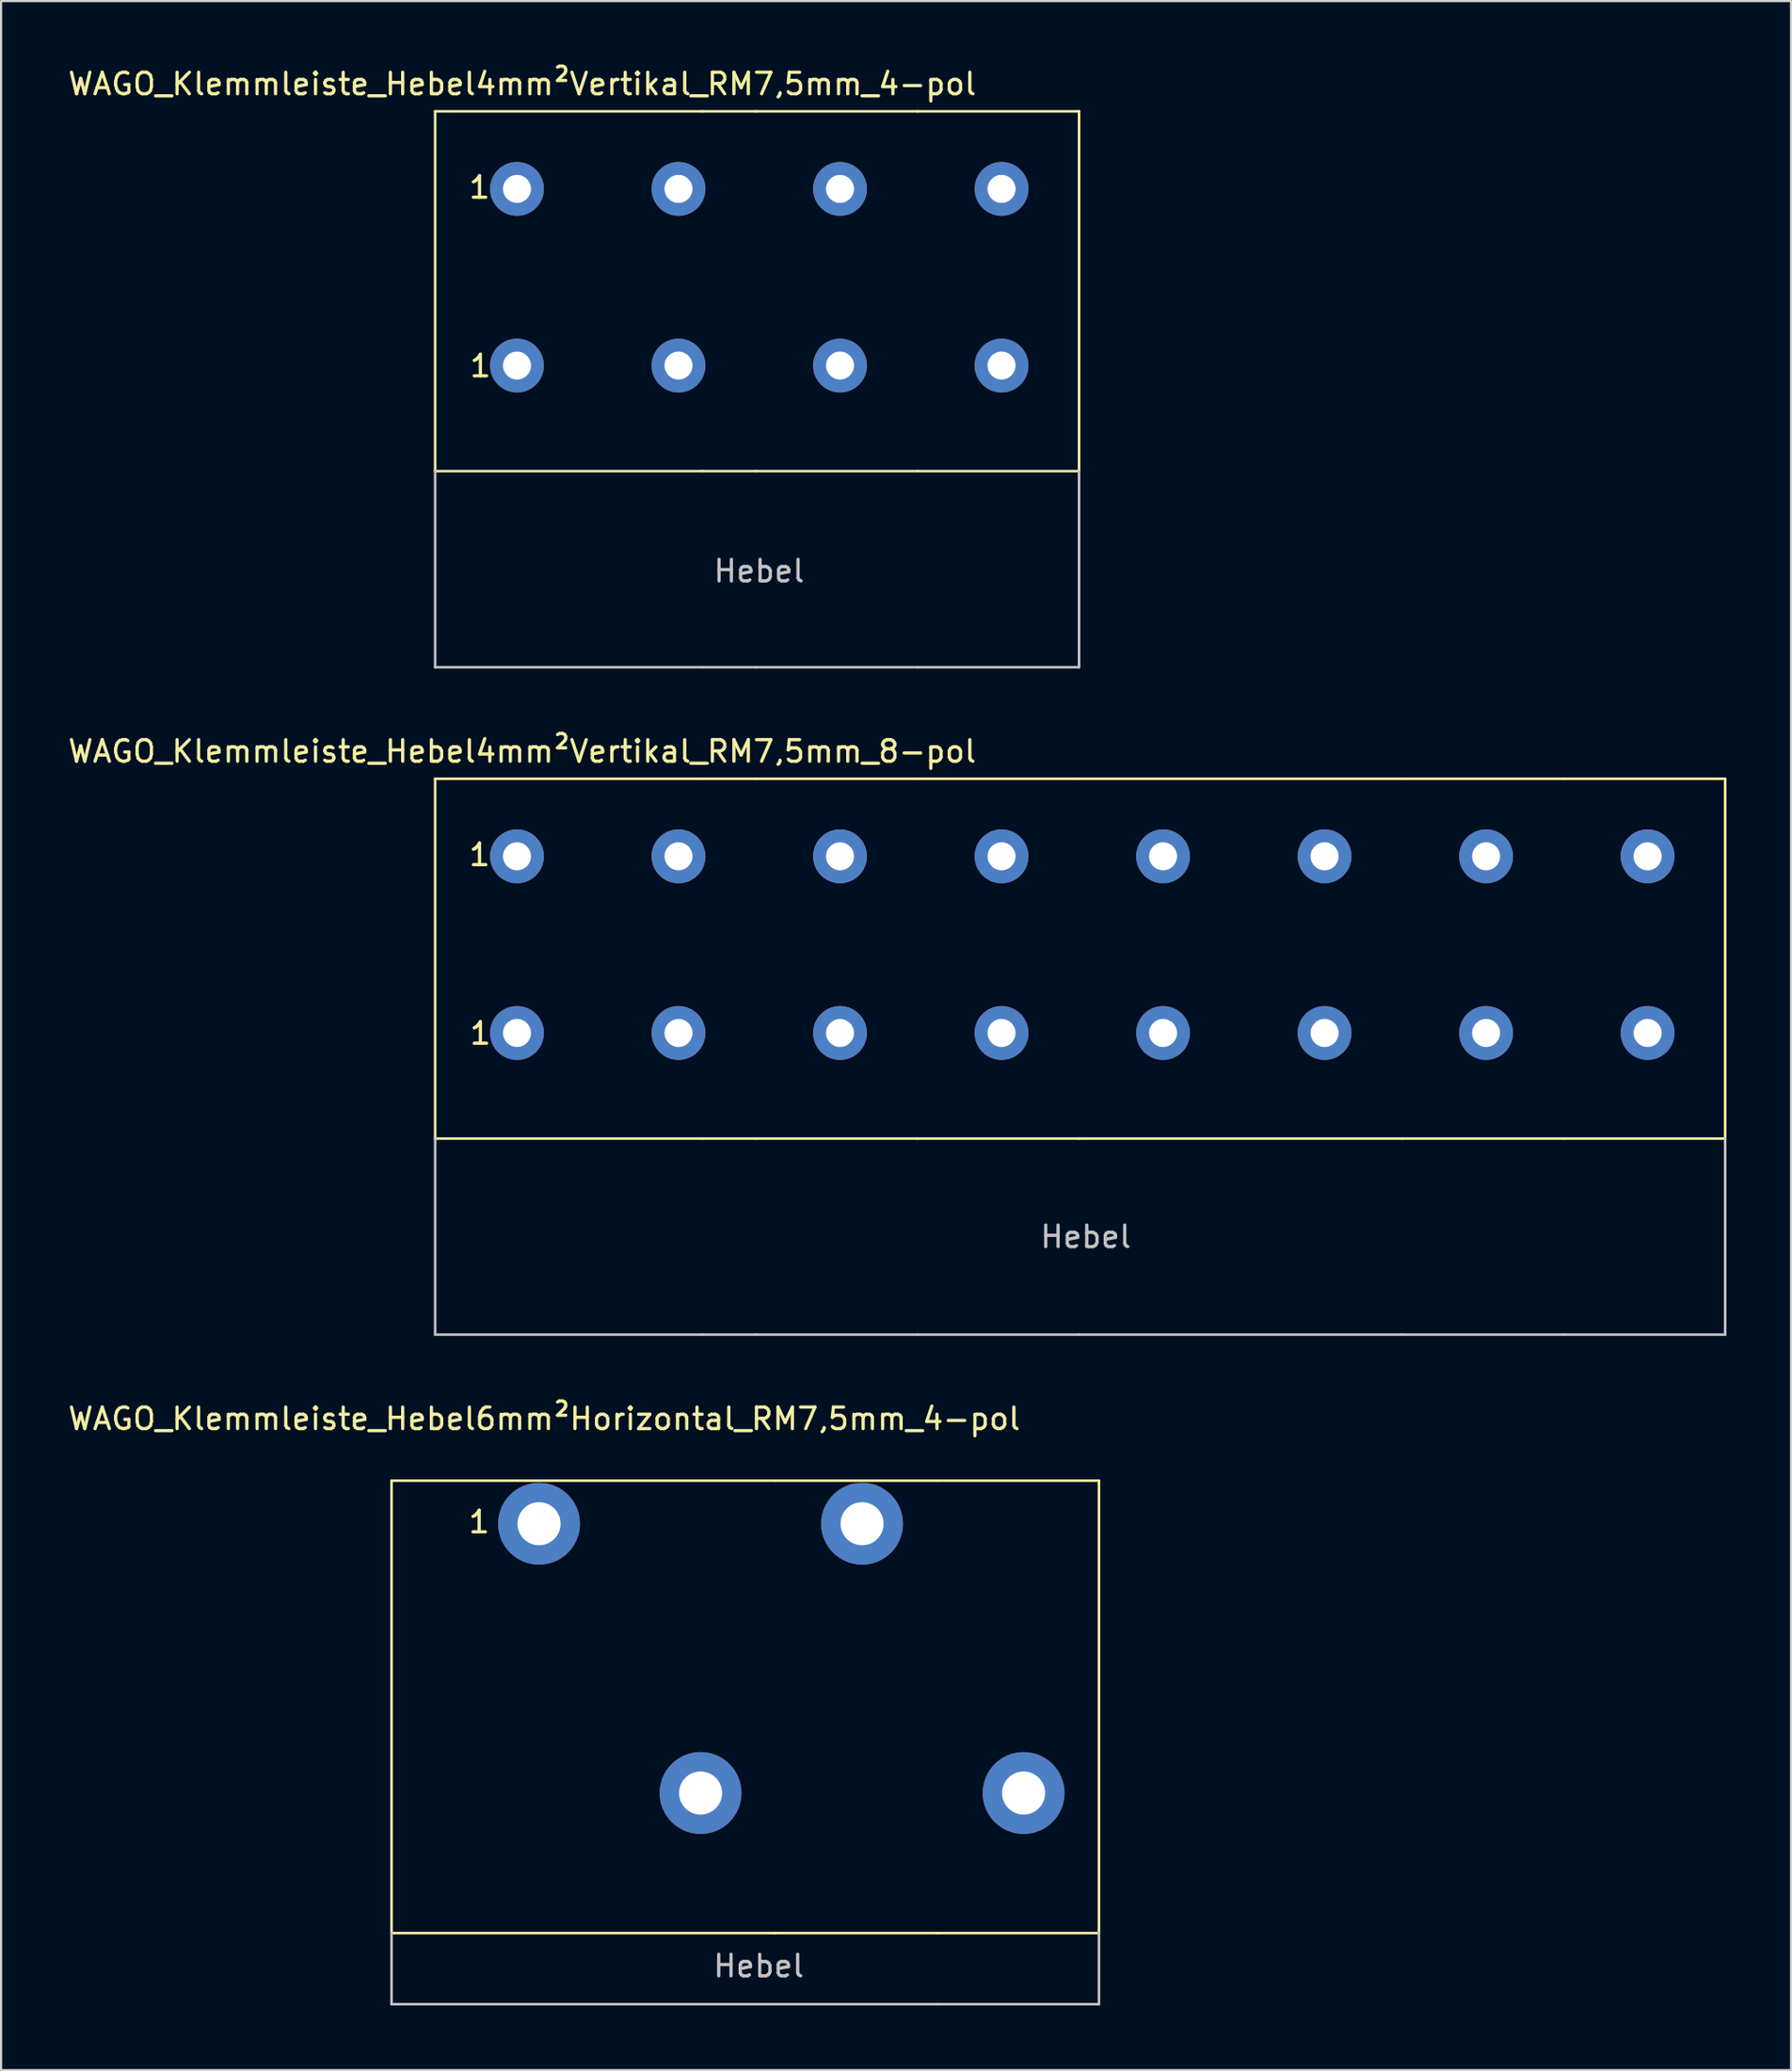
<source format=kicad_pcb>
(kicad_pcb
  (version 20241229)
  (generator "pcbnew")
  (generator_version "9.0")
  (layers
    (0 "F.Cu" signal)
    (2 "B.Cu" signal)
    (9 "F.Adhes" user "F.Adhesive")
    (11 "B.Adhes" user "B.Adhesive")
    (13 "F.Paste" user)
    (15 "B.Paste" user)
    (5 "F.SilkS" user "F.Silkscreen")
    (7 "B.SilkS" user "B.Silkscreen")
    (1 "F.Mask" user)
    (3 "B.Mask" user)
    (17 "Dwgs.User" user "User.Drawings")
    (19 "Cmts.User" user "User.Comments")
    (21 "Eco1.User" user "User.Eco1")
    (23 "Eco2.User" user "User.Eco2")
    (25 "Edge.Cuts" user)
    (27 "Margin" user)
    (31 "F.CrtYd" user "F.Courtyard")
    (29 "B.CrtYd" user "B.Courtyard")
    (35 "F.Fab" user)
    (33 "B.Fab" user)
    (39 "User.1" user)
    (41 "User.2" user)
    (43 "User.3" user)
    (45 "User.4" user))
  (footprint "WAGO_Klemmleiste_Hebel6mm²Horizontal_RM7,5mm_4-pol"
    (layer "F.Cu")
    (at 21.98 67.675)
    (property "Reference" "WAGO_Klemmleiste_Hebel6mm²Horizontal_RM7,5mm_4-pol" (at 0.24 -4.87 0) (layer "F.SilkS") (effects (font (size 1 1) (thickness 0.15))))
    (attr through_hole)
    (fp_line (start -6.85 -2) (end -6.85 19) (stroke (width 0.12) (type solid)) (layer "F.SilkS"))
    (fp_line (start -6.85 -2) (end 10.95 -2) (stroke (width 0.12) (type solid)) (layer "F.SilkS"))
    (fp_line (start -6.85 19) (end 11 19) (stroke (width 0.12) (type solid)) (layer "F.SilkS"))
    (fp_line (start 18.5 -2) (end 10.95 -2) (stroke (width 0.12) (type solid)) (layer "F.SilkS"))
    (fp_line (start 18.5 -2) (end 26 -2) (stroke (width 0.12) (type solid)) (layer "F.SilkS"))
    (fp_line (start 18.5 19) (end 10.95 19) (stroke (width 0.12) (type solid)) (layer "F.SilkS"))
    (fp_line (start 26 -2) (end 26 19) (stroke (width 0.12) (type solid)) (layer "F.SilkS"))
    (fp_line (start 26 19) (end 18.5 19) (stroke (width 0.12) (type solid)) (layer "F.SilkS"))
    (fp_line (start -6.85 19) (end -6.85 22.3) (stroke (width 0.12) (type solid)) (layer "Dwgs.User"))
    (fp_line (start -6.85 22.3) (end 18.5 22.3) (stroke (width 0.12) (type solid)) (layer "Dwgs.User"))
    (fp_line (start 26 19) (end 26 22.3) (stroke (width 0.12) (type solid)) (layer "Dwgs.User"))
    (fp_line (start 26 22.3) (end 18.5 22.3) (stroke (width 0.12) (type solid)) (layer "Dwgs.User"))
    (fp_text user "1" (at -2.78 -0.08 0) (layer "F.SilkS") (effects (font (size 1 1) (thickness 0.15))))
    (fp_text user "Hebel" (at 10.2 20.53 0) (layer "Dwgs.User") (effects (font (size 1 1) (thickness 0.15))))
    (pad "1" thru_hole circle (at 0 0) (size 3.8 3.8) (drill 2) (layers "*.Cu" "*.Mask"))
    (pad "2" thru_hole circle (at 7.5 12.5) (size 3.8 3.8) (drill 2) (layers "*.Cu" "*.Mask"))
    (pad "3" thru_hole circle (at 15 0) (size 3.8 3.8) (drill 2) (layers "*.Cu" "*.Mask"))
    (pad "4" thru_hole circle (at 22.5 12.5) (size 3.8 3.8) (drill 2) (layers "*.Cu" "*.Mask")))
  (footprint "WAGO_Klemmleiste_Hebel4mm²Vertikal_RM7,5mm_4-pol"
    (layer "F.Cu")
    (at 20.956 5.718)
    (property "Reference" "WAGO_Klemmleiste_Hebel4mm²Vertikal_RM7,5mm_4-pol" (at 0.24 -4.87 0) (layer "F.SilkS") (effects (font (size 1 1) (thickness 0.15))))
    (attr through_hole)
    (fp_line (start -3.8 -3.6) (end -3.8 13.1) (stroke (width 0.12) (type solid)) (layer "F.SilkS"))
    (fp_line (start -3.8 13.1) (end 8.6 13.1) (stroke (width 0.12) (type solid)) (layer "F.SilkS"))
    (fp_line (start 8.6 -3.6) (end -3.8 -3.6) (stroke (width 0.12) (type solid)) (layer "F.SilkS"))
    (fp_line (start 8.6 -3.6) (end 11.1 -3.6) (stroke (width 0.12) (type solid)) (layer "F.SilkS"))
    (fp_line (start 11.1 -3.6) (end 18.6 -3.6) (stroke (width 0.12) (type solid)) (layer "F.SilkS"))
    (fp_line (start 11.1 13.1) (end 8.6 13.1) (stroke (width 0.12) (type solid)) (layer "F.SilkS"))
    (fp_line (start 18.6 -3.6) (end 26.1 -3.6) (stroke (width 0.12) (type solid)) (layer "F.SilkS"))
    (fp_line (start 18.6 13.1) (end 11.1 13.1) (stroke (width 0.12) (type solid)) (layer "F.SilkS"))
    (fp_line (start 26.1 -3.6) (end 26.1 13.1) (stroke (width 0.12) (type solid)) (layer "F.SilkS"))
    (fp_line (start 26.1 13.1) (end 18.6 13.1) (stroke (width 0.12) (type solid)) (layer "F.SilkS"))
    (fp_line (start -3.8 13.1) (end -3.8 22.2) (stroke (width 0.12) (type solid)) (layer "Dwgs.User"))
    (fp_line (start -3.8 22.2) (end 8.6 22.2) (stroke (width 0.12) (type solid)) (layer "Dwgs.User"))
    (fp_line (start 11.1 22.2) (end 8.6 22.2) (stroke (width 0.12) (type solid)) (layer "Dwgs.User"))
    (fp_line (start 11.1 22.2) (end 18.6 22.2) (stroke (width 0.12) (type solid)) (layer "Dwgs.User"))
    (fp_line (start 26.1 13.1) (end 26.1 22.2) (stroke (width 0.12) (type solid)) (layer "Dwgs.User"))
    (fp_line (start 26.1 22.2) (end 18.6 22.2) (stroke (width 0.12) (type solid)) (layer "Dwgs.User"))
    (fp_text user "1" (at -1.74 -0.07 0) (layer "F.SilkS") (effects (font (size 1 1) (thickness 0.15))))
    (fp_text user "1" (at -1.7 8.22 0) (layer "F.SilkS") (effects (font (size 1 1) (thickness 0.15))))
    (fp_text user "Hebel" (at 11.24 17.74 0) (layer "Dwgs.User") (effects (font (size 1 1) (thickness 0.15))))
    (pad "1" thru_hole circle (at 0 0) (size 2.5 2.5) (drill 1.3) (layers "*.Cu" "*.Mask"))
    (pad "1" thru_hole circle (at 0 8.2) (size 2.5 2.5) (drill 1.3) (layers "*.Cu" "*.Mask"))
    (pad "2" thru_hole circle (at 7.5 0) (size 2.5 2.5) (drill 1.3) (layers "*.Cu" "*.Mask"))
    (pad "2" thru_hole circle (at 7.5 8.2) (size 2.5 2.5) (drill 1.3) (layers "*.Cu" "*.Mask"))
    (pad "3" thru_hole circle (at 15 0) (size 2.5 2.5) (drill 1.3) (layers "*.Cu" "*.Mask"))
    (pad "3" thru_hole circle (at 15 8.2) (size 2.5 2.5) (drill 1.3) (layers "*.Cu" "*.Mask"))
    (pad "4" thru_hole circle (at 22.5 0) (size 2.5 2.5) (drill 1.3) (layers "*.Cu" "*.Mask"))
    (pad "4" thru_hole circle (at 22.5 8.2) (size 2.5 2.5) (drill 1.3) (layers "*.Cu" "*.Mask")))
  (footprint "WAGO_Klemmleiste_Hebel4mm²Vertikal_RM7,5mm_8-pol"
    (layer "F.Cu")
    (at 20.956 36.697)
    (property "Reference" "WAGO_Klemmleiste_Hebel4mm²Vertikal_RM7,5mm_8-pol" (at 0.24 -4.87 0) (layer "F.SilkS") (effects (font (size 1 1) (thickness 0.15))))
    (attr through_hole)
    (fp_line (start -3.8 -3.6) (end -3.8 13.1) (stroke (width 0.12) (type solid)) (layer "F.SilkS"))
    (fp_line (start -3.8 13.1) (end 8.6 13.1) (stroke (width 0.12) (type solid)) (layer "F.SilkS"))
    (fp_line (start 8.6 -3.6) (end -3.8 -3.6) (stroke (width 0.12) (type solid)) (layer "F.SilkS"))
    (fp_line (start 8.6 -3.6) (end 11.1 -3.6) (stroke (width 0.12) (type solid)) (layer "F.SilkS"))
    (fp_line (start 11.1 -3.6) (end 18.6 -3.6) (stroke (width 0.12) (type solid)) (layer "F.SilkS"))
    (fp_line (start 11.1 13.1) (end 8.6 13.1) (stroke (width 0.12) (type solid)) (layer "F.SilkS"))
    (fp_line (start 18.6 -3.6) (end 26.1 -3.6) (stroke (width 0.12) (type solid)) (layer "F.SilkS"))
    (fp_line (start 18.6 13.1) (end 11.1 13.1) (stroke (width 0.12) (type solid)) (layer "F.SilkS"))
    (fp_line (start 26.1 -3.6) (end 41.1 -3.6) (stroke (width 0.12) (type solid)) (layer "F.SilkS"))
    (fp_line (start 26.1 13.1) (end 18.6 13.1) (stroke (width 0.12) (type solid)) (layer "F.SilkS"))
    (fp_line (start 41.1 -3.6) (end 48.6 -3.6) (stroke (width 0.12) (type solid)) (layer "F.SilkS"))
    (fp_line (start 41.1 13.1) (end 26.1 13.1) (stroke (width 0.12) (type solid)) (layer "F.SilkS"))
    (fp_line (start 48.6 -3.6) (end 56.1 -3.6) (stroke (width 0.12) (type solid)) (layer "F.SilkS"))
    (fp_line (start 48.6 13.1) (end 41.1 13.1) (stroke (width 0.12) (type solid)) (layer "F.SilkS"))
    (fp_line (start 56.1 -3.6) (end 56.1 13.1) (stroke (width 0.12) (type solid)) (layer "F.SilkS"))
    (fp_line (start 56.1 13.1) (end 48.6 13.1) (stroke (width 0.12) (type solid)) (layer "F.SilkS"))
    (fp_line (start -3.8 13.1) (end -3.8 22.2) (stroke (width 0.12) (type solid)) (layer "Dwgs.User"))
    (fp_line (start -3.8 22.2) (end 8.6 22.2) (stroke (width 0.12) (type solid)) (layer "Dwgs.User"))
    (fp_line (start 11.1 22.2) (end 8.6 22.2) (stroke (width 0.12) (type solid)) (layer "Dwgs.User"))
    (fp_line (start 11.1 22.2) (end 18.6 22.2) (stroke (width 0.12) (type solid)) (layer "Dwgs.User"))
    (fp_line (start 26.1 22.2) (end 18.6 22.2) (stroke (width 0.12) (type solid)) (layer "Dwgs.User"))
    (fp_line (start 26.1 22.2) (end 41.1 22.2) (stroke (width 0.12) (type solid)) (layer "Dwgs.User"))
    (fp_line (start 48.6 22.2) (end 41.1 22.2) (stroke (width 0.12) (type solid)) (layer "Dwgs.User"))
    (fp_line (start 48.6 22.2) (end 56.1 22.2) (stroke (width 0.12) (type solid)) (layer "Dwgs.User"))
    (fp_line (start 56.1 22.2) (end 56.1 13.1) (stroke (width 0.12) (type solid)) (layer "Dwgs.User"))
    (fp_text user "1" (at -1.7 8.22 0) (layer "F.SilkS") (effects (font (size 1 1) (thickness 0.15))))
    (fp_text user "1" (at -1.74 -0.07 0) (layer "F.SilkS") (effects (font (size 1 1) (thickness 0.15))))
    (fp_text user "Hebel" (at 26.41 17.66 0) (layer "Dwgs.User") (effects (font (size 1 1) (thickness 0.15))))
    (pad "1" thru_hole circle (at 0 0) (size 2.5 2.5) (drill 1.3) (layers "*.Cu" "*.Mask"))
    (pad "1" thru_hole circle (at 0 8.2) (size 2.5 2.5) (drill 1.3) (layers "*.Cu" "*.Mask"))
    (pad "2" thru_hole circle (at 7.5 0) (size 2.5 2.5) (drill 1.3) (layers "*.Cu" "*.Mask"))
    (pad "2" thru_hole circle (at 7.5 8.2) (size 2.5 2.5) (drill 1.3) (layers "*.Cu" "*.Mask"))
    (pad "3" thru_hole circle (at 15 0) (size 2.5 2.5) (drill 1.3) (layers "*.Cu" "*.Mask"))
    (pad "3" thru_hole circle (at 15 8.2) (size 2.5 2.5) (drill 1.3) (layers "*.Cu" "*.Mask"))
    (pad "4" thru_hole circle (at 22.5 0) (size 2.5 2.5) (drill 1.3) (layers "*.Cu" "*.Mask"))
    (pad "4" thru_hole circle (at 22.5 8.2) (size 2.5 2.5) (drill 1.3) (layers "*.Cu" "*.Mask"))
    (pad "5" thru_hole circle (at 30 0) (size 2.5 2.5) (drill 1.3) (layers "*.Cu" "*.Mask"))
    (pad "5" thru_hole circle (at 30 8.2) (size 2.5 2.5) (drill 1.3) (layers "*.Cu" "*.Mask"))
    (pad "6" thru_hole circle (at 37.5 0) (size 2.5 2.5) (drill 1.3) (layers "*.Cu" "*.Mask"))
    (pad "6" thru_hole circle (at 37.5 8.2) (size 2.5 2.5) (drill 1.3) (layers "*.Cu" "*.Mask"))
    (pad "7" thru_hole circle (at 45 0) (size 2.5 2.5) (drill 1.3) (layers "*.Cu" "*.Mask"))
    (pad "7" thru_hole circle (at 45 8.2) (size 2.5 2.5) (drill 1.3) (layers "*.Cu" "*.Mask"))
    (pad "8" thru_hole circle (at 52.5 0) (size 2.5 2.5) (drill 1.3) (layers "*.Cu" "*.Mask"))
    (pad "8" thru_hole circle (at 52.5 8.2) (size 2.5 2.5) (drill 1.3) (layers "*.Cu" "*.Mask")))
  (gr_rect
    (start -3 -3)
    (end 80.116 93.035)
    (stroke (width 0.1) (type default))
    (fill no)
    (layer "Edge.Cuts")))
</source>
